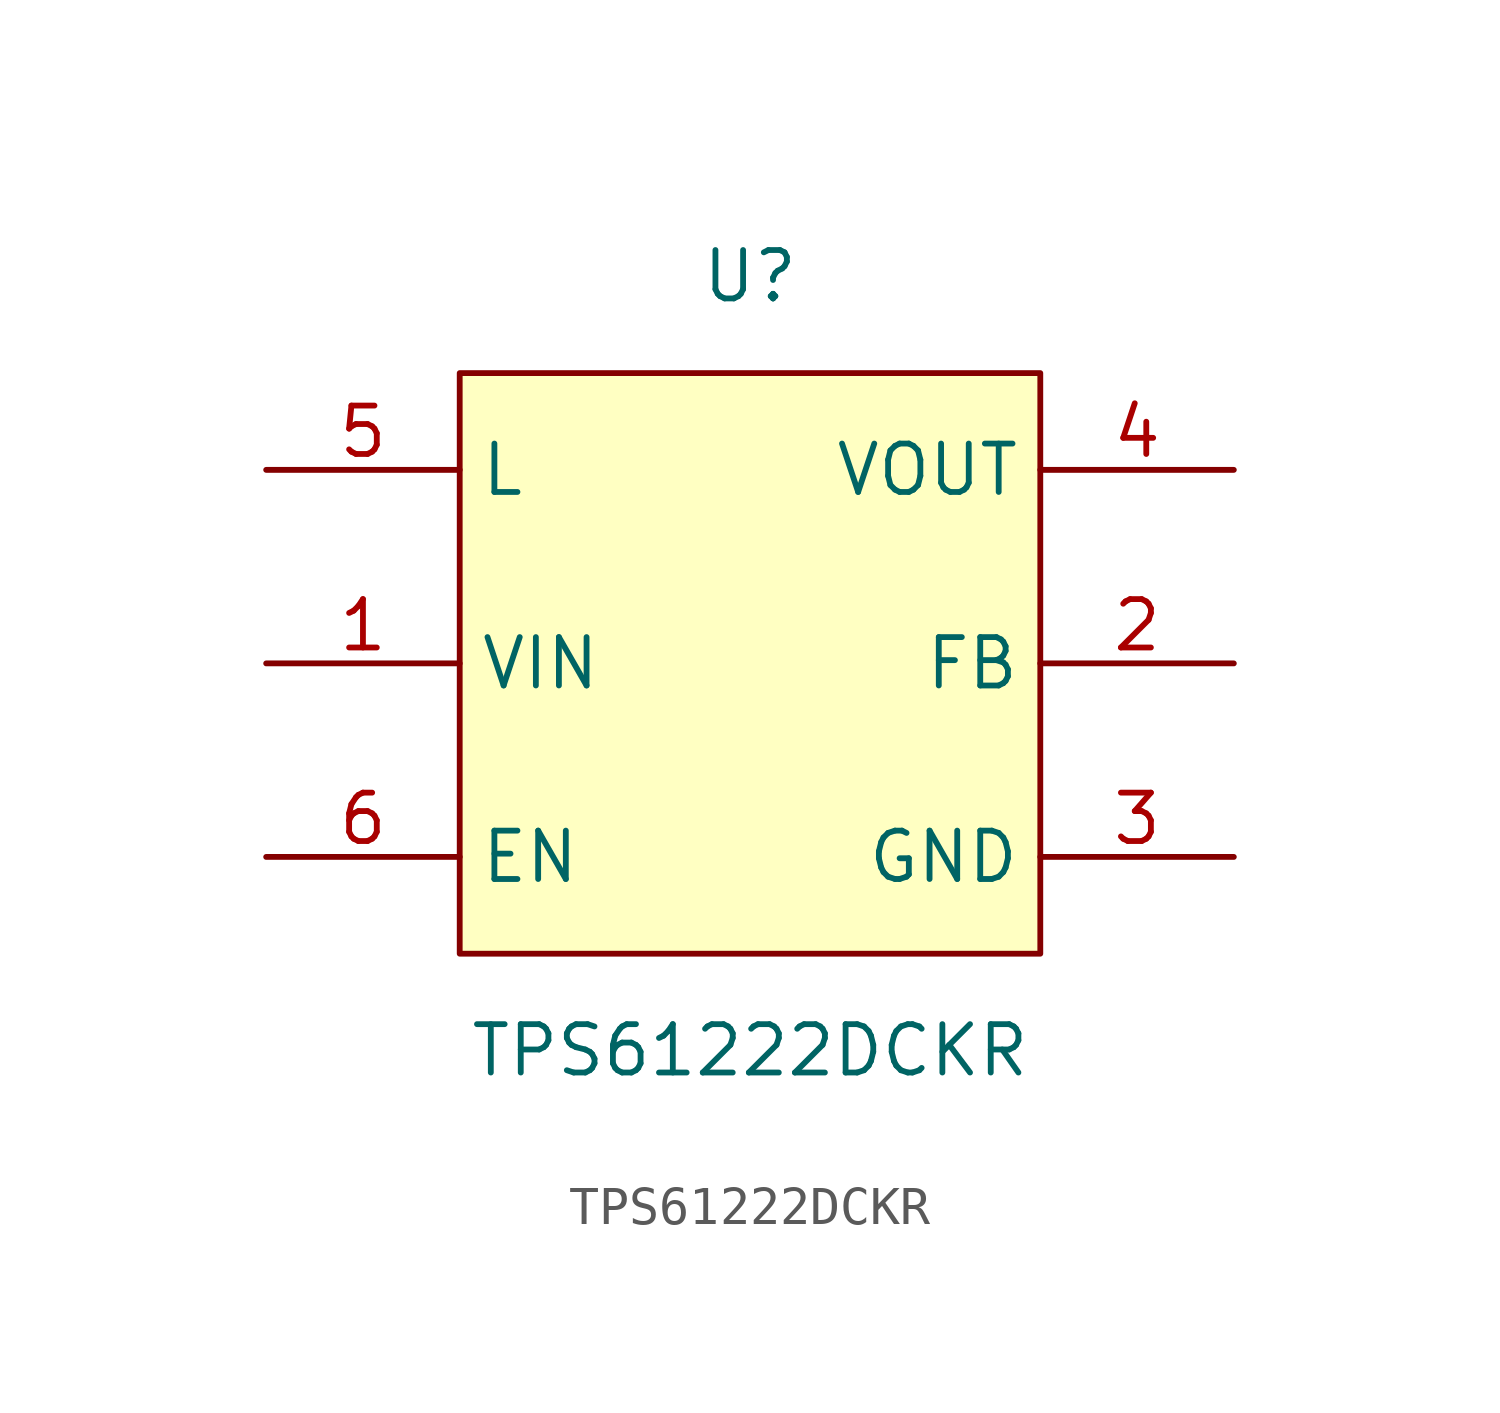
<source format=kicad_sym>
(kicad_symbol_lib
  (version 20211014)
  (generator https://github.com/uPesy/easyeda2kicad.py)
  (symbol "TPS61222DCKR"
    (property "Reference" "U"
      (at 0 10.16 0)
      (effects (font (size 1.27 1.27))))
    (property "Value" "TPS61222DCKR"
      (at 0 -10.16 0)
      (effects (font (size 1.27 1.27))))
    (symbol "TPS61222DCKR_0_1"
      (rectangle (start -7.62 7.62) (end 7.62 -7.62) (stroke (width 0) (type default) (color 0 0 0 0)) (fill (type background)))
      (pin power_in line (at -12.70 -0.00 0) (length 5.08) (name "VIN" (effects (font (size 1.27 1.27)))) (number "1" (effects (font (size 1.27 1.27)))))
      (pin unspecified line (at 12.70 -0.00 180) (length 5.08) (name "FB" (effects (font (size 1.27 1.27)))) (number "2" (effects (font (size 1.27 1.27)))))
      (pin power_in line (at 12.70 -5.08 180) (length 5.08) (name "GND" (effects (font (size 1.27 1.27)))) (number "3" (effects (font (size 1.27 1.27)))))
      (pin power_in line (at 12.70 5.08 180) (length 5.08) (name "VOUT" (effects (font (size 1.27 1.27)))) (number "4" (effects (font (size 1.27 1.27)))))
      (pin power_in line (at -12.70 5.08 0) (length 5.08) (name "L" (effects (font (size 1.27 1.27)))) (number "5" (effects (font (size 1.27 1.27)))))
      (pin unspecified line (at -12.70 -5.08 0) (length 5.08) (name "EN" (effects (font (size 1.27 1.27)))) (number "6" (effects (font (size 1.27 1.27))))))))
</source>
